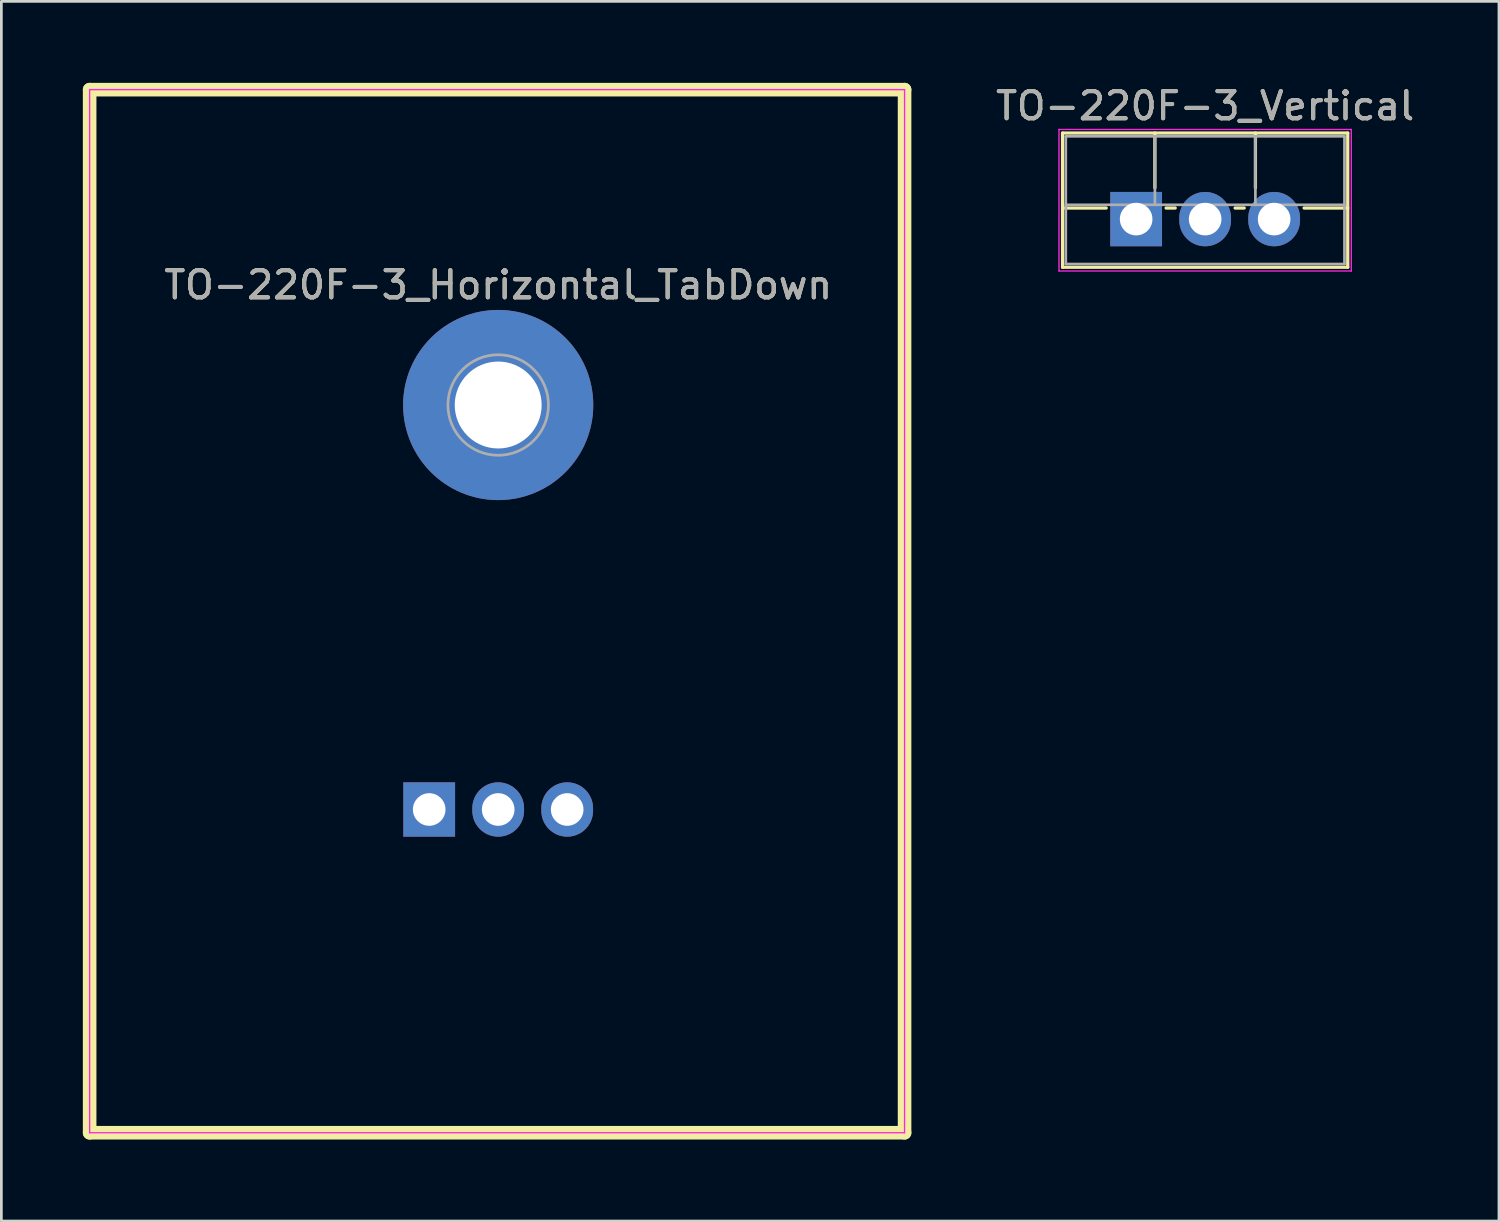
<source format=kicad_pcb>
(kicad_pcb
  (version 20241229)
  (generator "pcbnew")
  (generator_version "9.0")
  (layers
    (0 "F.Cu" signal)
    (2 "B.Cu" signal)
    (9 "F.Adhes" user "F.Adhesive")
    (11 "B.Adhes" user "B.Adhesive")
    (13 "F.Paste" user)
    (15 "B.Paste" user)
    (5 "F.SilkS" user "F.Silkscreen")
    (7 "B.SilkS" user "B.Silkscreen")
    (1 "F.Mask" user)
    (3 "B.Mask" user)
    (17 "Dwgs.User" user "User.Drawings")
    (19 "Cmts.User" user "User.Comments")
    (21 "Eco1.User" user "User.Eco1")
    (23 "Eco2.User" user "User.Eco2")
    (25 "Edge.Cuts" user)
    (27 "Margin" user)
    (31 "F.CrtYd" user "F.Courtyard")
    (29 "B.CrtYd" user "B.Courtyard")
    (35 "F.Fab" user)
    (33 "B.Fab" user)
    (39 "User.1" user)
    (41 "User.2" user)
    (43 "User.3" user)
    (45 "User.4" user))
  (footprint "TO-220F-3_Vertical"
    (layer "F.Cu")
    (at 38.775 5.016)
    (property "Reference" "TO-220F-3_Vertical" (at 2.54 -4.168 0) (layer "F.SilkS") (effects (font (size 1 1) (thickness 0.15))))
    (attr through_hole)
    (fp_line (start -2.71 -3.168) (end -2.71 1.773) (stroke (width 0.12) (type solid)) (layer "F.SilkS"))
    (fp_line (start -2.71 -3.168) (end 7.79 -3.168) (stroke (width 0.12) (type solid)) (layer "F.SilkS"))
    (fp_line (start -2.71 -0.408) (end -1.103 -0.408) (stroke (width 0.12) (type solid)) (layer "F.SilkS"))
    (fp_line (start -2.71 1.773) (end 7.79 1.773) (stroke (width 0.12) (type solid)) (layer "F.SilkS"))
    (fp_line (start 0.69 -3.168) (end 0.69 -1.15) (stroke (width 0.12) (type solid)) (layer "F.SilkS"))
    (fp_line (start 1.103 -0.408) (end 1.438 -0.408) (stroke (width 0.12) (type solid)) (layer "F.SilkS"))
    (fp_line (start 3.643 -0.408) (end 3.978 -0.408) (stroke (width 0.12) (type solid)) (layer "F.SilkS"))
    (fp_line (start 4.391 -3.168) (end 4.391 -1.15) (stroke (width 0.12) (type solid)) (layer "F.SilkS"))
    (fp_line (start 6.183 -0.408) (end 7.79 -0.408) (stroke (width 0.12) (type solid)) (layer "F.SilkS"))
    (fp_line (start 7.79 -3.168) (end 7.79 1.773) (stroke (width 0.12) (type solid)) (layer "F.SilkS"))
    (fp_line (start -2.84 -3.3) (end -2.84 1.91) (stroke (width 0.05) (type solid)) (layer "F.CrtYd"))
    (fp_line (start -2.84 1.91) (end 7.92 1.91) (stroke (width 0.05) (type solid)) (layer "F.CrtYd"))
    (fp_line (start 7.92 -3.3) (end -2.84 -3.3) (stroke (width 0.05) (type solid)) (layer "F.CrtYd"))
    (fp_line (start 7.92 1.91) (end 7.92 -3.3) (stroke (width 0.05) (type solid)) (layer "F.CrtYd"))
    (fp_line (start -2.59 -3.047) (end -2.59 1.653) (stroke (width 0.1) (type solid)) (layer "F.Fab"))
    (fp_line (start -2.59 -0.527) (end 7.67 -0.527) (stroke (width 0.1) (type solid)) (layer "F.Fab"))
    (fp_line (start -2.59 1.653) (end 7.67 1.653) (stroke (width 0.1) (type solid)) (layer "F.Fab"))
    (fp_line (start 0.69 -3.047) (end 0.69 -0.527) (stroke (width 0.1) (type solid)) (layer "F.Fab"))
    (fp_line (start 4.39 -3.047) (end 4.39 -0.527) (stroke (width 0.1) (type solid)) (layer "F.Fab"))
    (fp_line (start 7.67 -3.047) (end -2.59 -3.047) (stroke (width 0.1) (type solid)) (layer "F.Fab"))
    (fp_line (start 7.67 1.653) (end 7.67 -3.047) (stroke (width 0.1) (type solid)) (layer "F.Fab"))
    (fp_text user "${REFERENCE}" (at 2.54 -4.168 0) (layer "F.Fab") (effects (font (size 1 1) (thickness 0.15))))
    (pad "1" thru_hole rect (at 0 0) (size 1.905 2) (drill 1.2) (layers "*.Cu" "*.Mask"))
    (pad "2" thru_hole oval (at 2.54 0) (size 1.905 2) (drill 1.2) (layers "*.Cu" "*.Mask"))
    (pad "3" thru_hole oval (at 5.08 0) (size 1.905 2) (drill 1.2) (layers "*.Cu" "*.Mask")))
  (footprint "TO-220F-3_Horizontal_TabDown"
    (layer "F.Cu")
    (at 12.75 26.75)
    (property "Reference" "TO-220F-3_Horizontal_TabDown" (at 2.54 -19.31 0) (layer "F.SilkS") (effects (font (size 1 1) (thickness 0.15))))
    (attr through_hole)
    (fp_line (start -12.5 -26.5) (end -12.5 11.9) (stroke (width 0.5) (type solid)) (layer "F.SilkS"))
    (fp_line (start -12.5 -26.5) (end 17.5 -26.5) (stroke (width 0.5) (type solid)) (layer "F.SilkS"))
    (fp_line (start -12.5 11.9) (end 17.5 11.9) (stroke (width 0.5) (type solid)) (layer "F.SilkS"))
    (fp_line (start 17.5 -26.5) (end 17.5 11.9) (stroke (width 0.5) (type solid)) (layer "F.SilkS"))
    (fp_line (start -12.5 -26.5) (end -12.5 11.9) (stroke (width 0.05) (type solid)) (layer "F.CrtYd"))
    (fp_line (start -12.5 11.9) (end 17.5 11.9) (stroke (width 0.05) (type solid)) (layer "F.CrtYd"))
    (fp_line (start 17.5 -26.5) (end -12.5 -26.5) (stroke (width 0.05) (type solid)) (layer "F.CrtYd"))
    (fp_line (start 17.5 11.9) (end 17.5 -26.5) (stroke (width 0.05) (type solid)) (layer "F.CrtYd"))
    (fp_circle (center 2.54 -14.89) (end 4.39 -14.89) (stroke (width 0.1) (type solid)) (fill no) (layer "F.Fab"))
    (fp_text user "${REFERENCE}" (at 2.54 -19.31 0) (layer "F.Fab") (effects (font (size 1 1) (thickness 0.15))))
    (pad "1" thru_hole rect (at 0 0) (size 1.905 2) (drill 1.2) (layers "*.Cu" "*.Mask"))
    (pad "2" thru_hole circle (at 2.54 -14.89) (size 7 7) (drill 3.2) (layers "*.Cu" "*.Mask"))
    (pad "2" thru_hole oval (at 2.54 0) (size 1.905 2) (drill 1.2) (layers "*.Cu" "*.Mask"))
    (pad "3" thru_hole oval (at 5.08 0) (size 1.905 2) (drill 1.2) (layers "*.Cu" "*.Mask")))
  (gr_rect
    (start -3 -3)
    (end 52.131 41.9)
    (stroke (width 0.1) (type default))
    (fill no)
    (layer "Edge.Cuts")))
</source>
